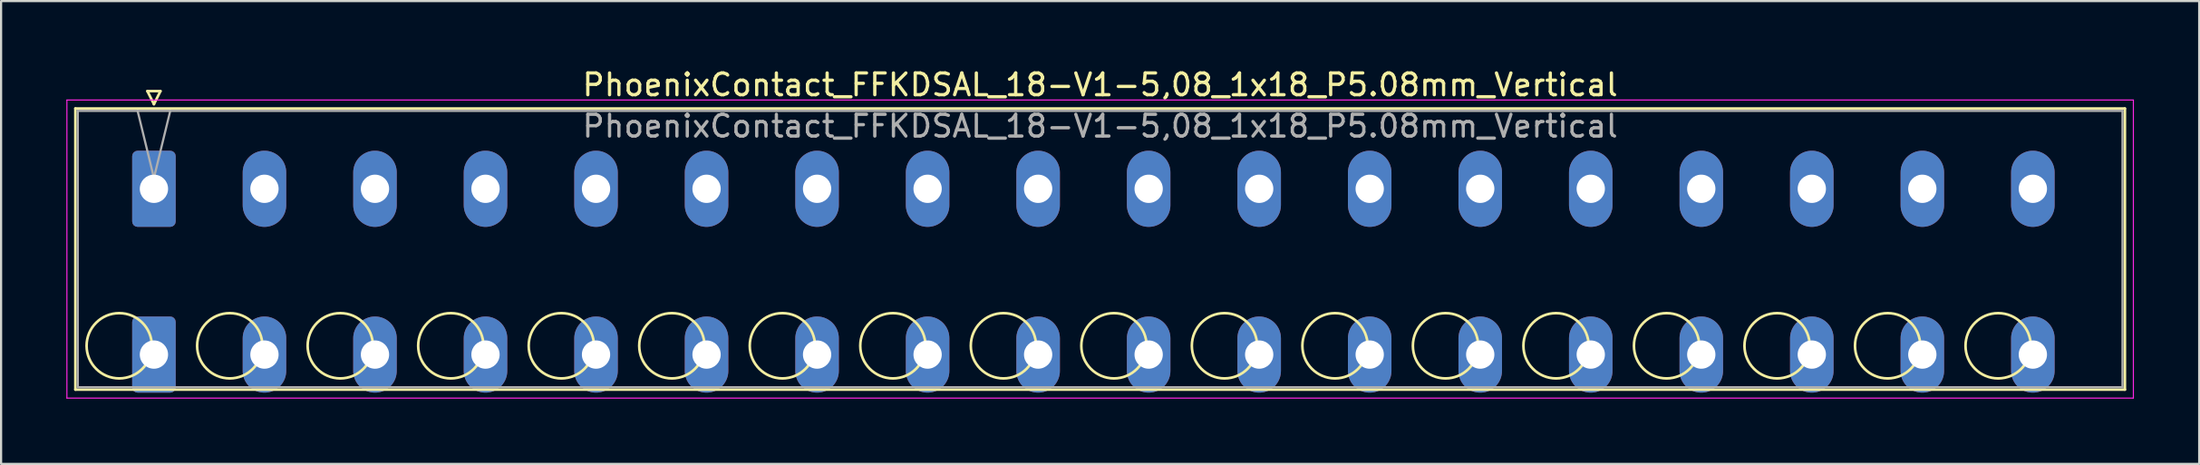
<source format=kicad_pcb>
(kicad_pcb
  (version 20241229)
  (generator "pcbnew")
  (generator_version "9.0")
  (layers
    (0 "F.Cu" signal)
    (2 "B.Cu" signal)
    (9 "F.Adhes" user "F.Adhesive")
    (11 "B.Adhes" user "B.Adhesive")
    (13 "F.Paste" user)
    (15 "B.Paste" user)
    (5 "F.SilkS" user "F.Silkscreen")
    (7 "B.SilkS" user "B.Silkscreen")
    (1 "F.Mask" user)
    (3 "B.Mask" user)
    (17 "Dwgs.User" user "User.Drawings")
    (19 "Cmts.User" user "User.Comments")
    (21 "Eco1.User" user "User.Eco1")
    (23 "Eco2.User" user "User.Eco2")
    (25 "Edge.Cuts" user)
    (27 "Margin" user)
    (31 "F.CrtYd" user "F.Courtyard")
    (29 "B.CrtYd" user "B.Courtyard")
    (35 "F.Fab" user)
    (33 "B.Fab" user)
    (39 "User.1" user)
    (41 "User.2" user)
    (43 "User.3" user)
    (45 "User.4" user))
  (footprint "PhoenixContact_FFKDSAL_18-V1-5,08_1x18_P5.08mm_Vertical"
    (layer "F.Cu")
    (at 4.025 5.628)
    (property "Reference" "PhoenixContact_FFKDSAL_18-V1-5,08_1x18_P5.08mm_Vertical" (at 43.49 -4.78 0) (layer "F.SilkS") (effects (font (size 1 1) (thickness 0.15))))
    (attr through_hole)
    (fp_line (start -3.61 -3.69) (end -3.61 9.23) (stroke (width 0.12) (type solid)) (layer "F.SilkS"))
    (fp_line (start -3.61 9.23) (end 90.59 9.23) (stroke (width 0.12) (type solid)) (layer "F.SilkS"))
    (fp_line (start -0.3 -4.49) (end 0.3 -4.49) (stroke (width 0.12) (type solid)) (layer "F.SilkS"))
    (fp_line (start 0 -3.89) (end -0.3 -4.49) (stroke (width 0.12) (type solid)) (layer "F.SilkS"))
    (fp_line (start 0.3 -4.49) (end 0 -3.89) (stroke (width 0.12) (type solid)) (layer "F.SilkS"))
    (fp_line (start 90.59 -3.69) (end -3.61 -3.69) (stroke (width 0.12) (type solid)) (layer "F.SilkS"))
    (fp_line (start 90.59 9.23) (end 90.59 -3.69) (stroke (width 0.12) (type solid)) (layer "F.SilkS"))
    (fp_circle (center -1.595 7.215) (end -0.095 7.215) (stroke (width 0.12) (type solid)) (fill no) (layer "F.SilkS"))
    (fp_circle (center 3.485 7.215) (end 4.985 7.215) (stroke (width 0.12) (type solid)) (fill no) (layer "F.SilkS"))
    (fp_circle (center 8.565 7.215) (end 10.065 7.215) (stroke (width 0.12) (type solid)) (fill no) (layer "F.SilkS"))
    (fp_circle (center 13.645 7.215) (end 15.145 7.215) (stroke (width 0.12) (type solid)) (fill no) (layer "F.SilkS"))
    (fp_circle (center 18.725 7.215) (end 20.225 7.215) (stroke (width 0.12) (type solid)) (fill no) (layer "F.SilkS"))
    (fp_circle (center 23.805 7.215) (end 25.305 7.215) (stroke (width 0.12) (type solid)) (fill no) (layer "F.SilkS"))
    (fp_circle (center 28.885 7.215) (end 30.385 7.215) (stroke (width 0.12) (type solid)) (fill no) (layer "F.SilkS"))
    (fp_circle (center 33.965 7.215) (end 35.465 7.215) (stroke (width 0.12) (type solid)) (fill no) (layer "F.SilkS"))
    (fp_circle (center 39.045 7.215) (end 40.545 7.215) (stroke (width 0.12) (type solid)) (fill no) (layer "F.SilkS"))
    (fp_circle (center 44.125 7.215) (end 45.625 7.215) (stroke (width 0.12) (type solid)) (fill no) (layer "F.SilkS"))
    (fp_circle (center 49.205 7.215) (end 50.705 7.215) (stroke (width 0.12) (type solid)) (fill no) (layer "F.SilkS"))
    (fp_circle (center 54.285 7.215) (end 55.785 7.215) (stroke (width 0.12) (type solid)) (fill no) (layer "F.SilkS"))
    (fp_circle (center 59.365 7.215) (end 60.865 7.215) (stroke (width 0.12) (type solid)) (fill no) (layer "F.SilkS"))
    (fp_circle (center 64.445 7.215) (end 65.945 7.215) (stroke (width 0.12) (type solid)) (fill no) (layer "F.SilkS"))
    (fp_circle (center 69.525 7.215) (end 71.025 7.215) (stroke (width 0.12) (type solid)) (fill no) (layer "F.SilkS"))
    (fp_circle (center 74.605 7.215) (end 76.105 7.215) (stroke (width 0.12) (type solid)) (fill no) (layer "F.SilkS"))
    (fp_circle (center 79.685 7.215) (end 81.185 7.215) (stroke (width 0.12) (type solid)) (fill no) (layer "F.SilkS"))
    (fp_circle (center 84.765 7.215) (end 86.265 7.215) (stroke (width 0.12) (type solid)) (fill no) (layer "F.SilkS"))
    (fp_line (start -4 -4.08) (end -4 9.62) (stroke (width 0.05) (type solid)) (layer "F.CrtYd"))
    (fp_line (start -4 9.62) (end 90.98 9.62) (stroke (width 0.05) (type solid)) (layer "F.CrtYd"))
    (fp_line (start 90.98 -4.08) (end -4 -4.08) (stroke (width 0.05) (type solid)) (layer "F.CrtYd"))
    (fp_line (start 90.98 9.62) (end 90.98 -4.08) (stroke (width 0.05) (type solid)) (layer "F.CrtYd"))
    (fp_line (start -3.5 -3.58) (end -3.5 9.12) (stroke (width 0.1) (type solid)) (layer "F.Fab"))
    (fp_line (start -3.5 9.12) (end 90.48 9.12) (stroke (width 0.1) (type solid)) (layer "F.Fab"))
    (fp_line (start 0 -0.5) (end -0.75 -3.58) (stroke (width 0.1) (type solid)) (layer "F.Fab"))
    (fp_line (start 0.75 -3.58) (end 0 -0.5) (stroke (width 0.1) (type solid)) (layer "F.Fab"))
    (fp_line (start 90.48 -3.58) (end -3.5 -3.58) (stroke (width 0.1) (type solid)) (layer "F.Fab"))
    (fp_line (start 90.48 9.12) (end 90.48 -3.58) (stroke (width 0.1) (type solid)) (layer "F.Fab"))
    (fp_text user "${REFERENCE}" (at 43.49 -2.88 0) (layer "F.Fab") (effects (font (size 1 1) (thickness 0.15))))
    (pad "1" thru_hole roundrect (at 0 0) (size 2 3.5) (drill 1.3) (layers "*.Cu" "*.Mask") (roundrect_rratio 0.125))
    (pad "1" thru_hole roundrect (at 0 7.62) (size 2 3.5) (drill 1.3) (layers "*.Cu" "*.Mask") (roundrect_rratio 0.125))
    (pad "2" thru_hole oval (at 5.08 0) (size 2 3.5) (drill 1.3) (layers "*.Cu" "*.Mask"))
    (pad "2" thru_hole oval (at 5.08 7.62) (size 2 3.5) (drill 1.3) (layers "*.Cu" "*.Mask"))
    (pad "3" thru_hole oval (at 10.16 0) (size 2 3.5) (drill 1.3) (layers "*.Cu" "*.Mask"))
    (pad "3" thru_hole oval (at 10.16 7.62) (size 2 3.5) (drill 1.3) (layers "*.Cu" "*.Mask"))
    (pad "4" thru_hole oval (at 15.24 0) (size 2 3.5) (drill 1.3) (layers "*.Cu" "*.Mask"))
    (pad "4" thru_hole oval (at 15.24 7.62) (size 2 3.5) (drill 1.3) (layers "*.Cu" "*.Mask"))
    (pad "5" thru_hole oval (at 20.32 0) (size 2 3.5) (drill 1.3) (layers "*.Cu" "*.Mask"))
    (pad "5" thru_hole oval (at 20.32 7.62) (size 2 3.5) (drill 1.3) (layers "*.Cu" "*.Mask"))
    (pad "6" thru_hole oval (at 25.4 0) (size 2 3.5) (drill 1.3) (layers "*.Cu" "*.Mask"))
    (pad "6" thru_hole oval (at 25.4 7.62) (size 2 3.5) (drill 1.3) (layers "*.Cu" "*.Mask"))
    (pad "7" thru_hole oval (at 30.48 0) (size 2 3.5) (drill 1.3) (layers "*.Cu" "*.Mask"))
    (pad "7" thru_hole oval (at 30.48 7.62) (size 2 3.5) (drill 1.3) (layers "*.Cu" "*.Mask"))
    (pad "8" thru_hole oval (at 35.56 0) (size 2 3.5) (drill 1.3) (layers "*.Cu" "*.Mask"))
    (pad "8" thru_hole oval (at 35.56 7.62) (size 2 3.5) (drill 1.3) (layers "*.Cu" "*.Mask"))
    (pad "9" thru_hole oval (at 40.64 0) (size 2 3.5) (drill 1.3) (layers "*.Cu" "*.Mask"))
    (pad "9" thru_hole oval (at 40.64 7.62) (size 2 3.5) (drill 1.3) (layers "*.Cu" "*.Mask"))
    (pad "10" thru_hole oval (at 45.72 0) (size 2 3.5) (drill 1.3) (layers "*.Cu" "*.Mask"))
    (pad "10" thru_hole oval (at 45.72 7.62) (size 2 3.5) (drill 1.3) (layers "*.Cu" "*.Mask"))
    (pad "11" thru_hole oval (at 50.8 0) (size 2 3.5) (drill 1.3) (layers "*.Cu" "*.Mask"))
    (pad "11" thru_hole oval (at 50.8 7.62) (size 2 3.5) (drill 1.3) (layers "*.Cu" "*.Mask"))
    (pad "12" thru_hole oval (at 55.88 0) (size 2 3.5) (drill 1.3) (layers "*.Cu" "*.Mask"))
    (pad "12" thru_hole oval (at 55.88 7.62) (size 2 3.5) (drill 1.3) (layers "*.Cu" "*.Mask"))
    (pad "13" thru_hole oval (at 60.96 0) (size 2 3.5) (drill 1.3) (layers "*.Cu" "*.Mask"))
    (pad "13" thru_hole oval (at 60.96 7.62) (size 2 3.5) (drill 1.3) (layers "*.Cu" "*.Mask"))
    (pad "14" thru_hole oval (at 66.04 0) (size 2 3.5) (drill 1.3) (layers "*.Cu" "*.Mask"))
    (pad "14" thru_hole oval (at 66.04 7.62) (size 2 3.5) (drill 1.3) (layers "*.Cu" "*.Mask"))
    (pad "15" thru_hole oval (at 71.12 0) (size 2 3.5) (drill 1.3) (layers "*.Cu" "*.Mask"))
    (pad "15" thru_hole oval (at 71.12 7.62) (size 2 3.5) (drill 1.3) (layers "*.Cu" "*.Mask"))
    (pad "16" thru_hole oval (at 76.2 0) (size 2 3.5) (drill 1.3) (layers "*.Cu" "*.Mask"))
    (pad "16" thru_hole oval (at 76.2 7.62) (size 2 3.5) (drill 1.3) (layers "*.Cu" "*.Mask"))
    (pad "17" thru_hole oval (at 81.28 0) (size 2 3.5) (drill 1.3) (layers "*.Cu" "*.Mask"))
    (pad "17" thru_hole oval (at 81.28 7.62) (size 2 3.5) (drill 1.3) (layers "*.Cu" "*.Mask"))
    (pad "18" thru_hole oval (at 86.36 0) (size 2 3.5) (drill 1.3) (layers "*.Cu" "*.Mask"))
    (pad "18" thru_hole oval (at 86.36 7.62) (size 2 3.5) (drill 1.3) (layers "*.Cu" "*.Mask")))
  (gr_rect
    (start -3 -3)
    (end 98.03 18.273)
    (stroke (width 0.1) (type default))
    (fill no)
    (layer "Edge.Cuts")))
</source>
